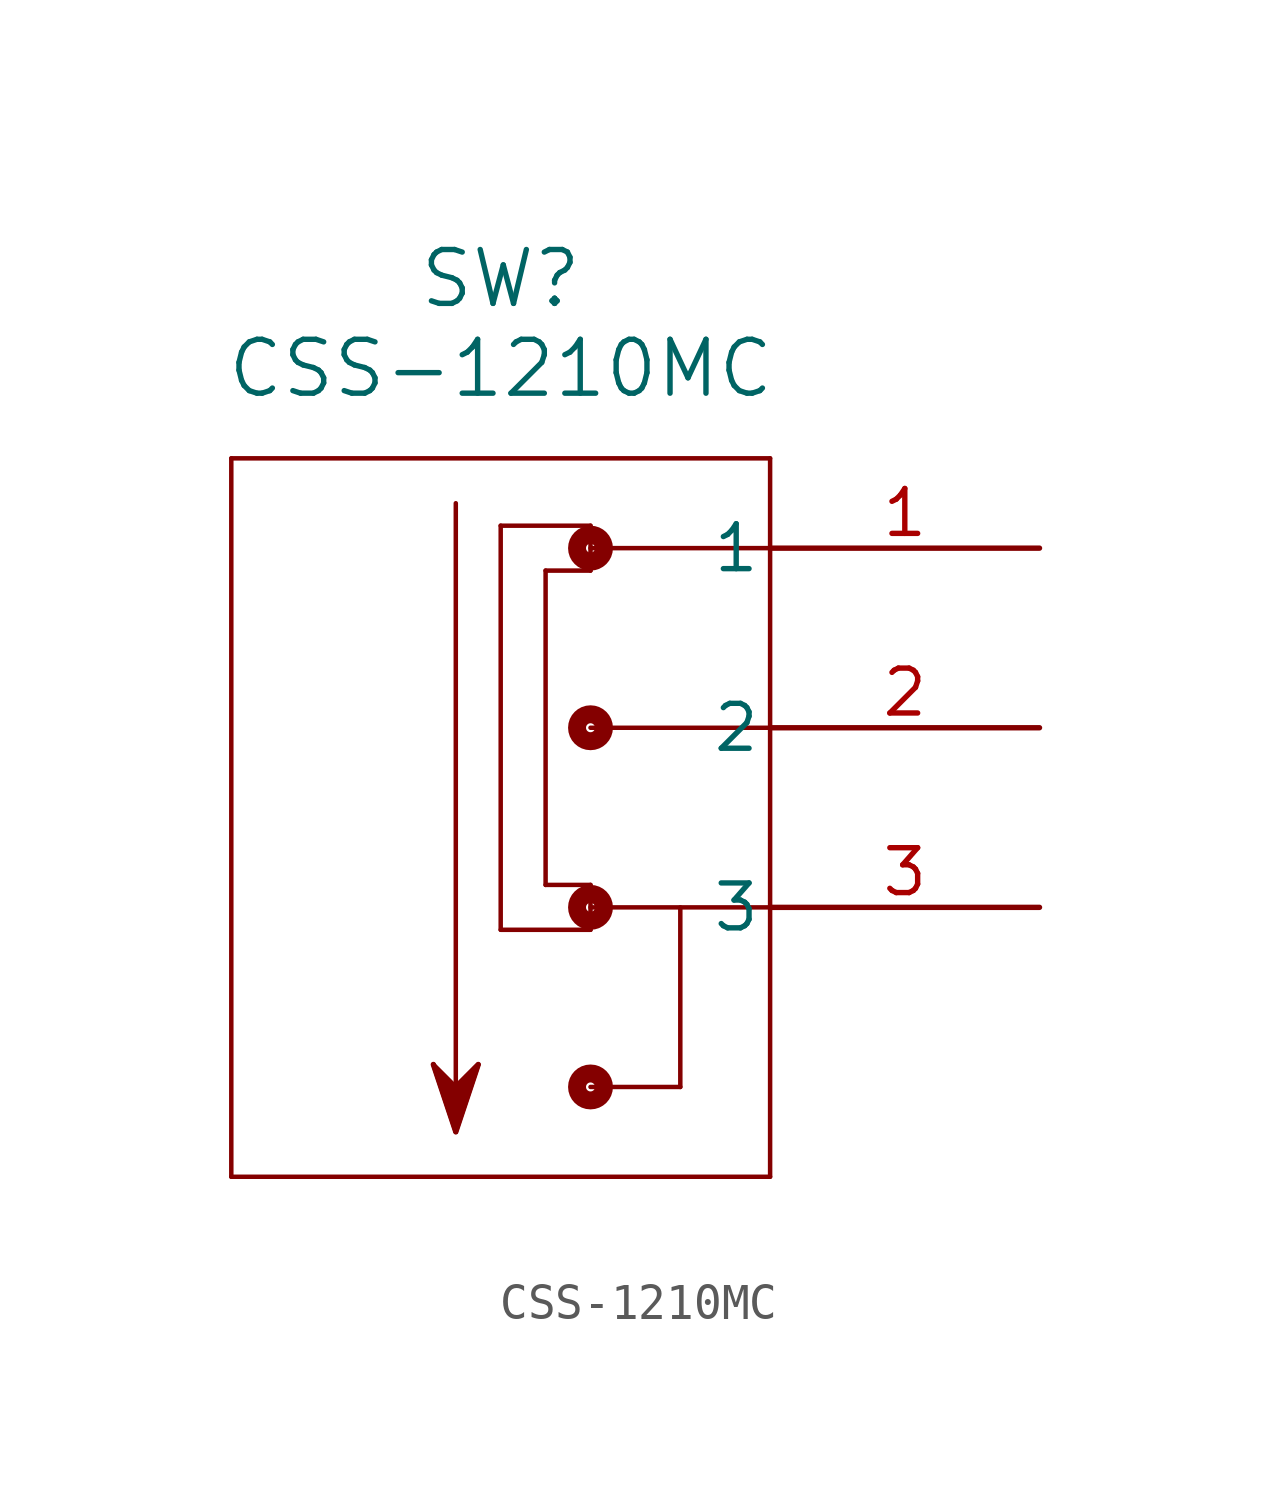
<source format=kicad_sym>
(kicad_symbol_lib
  (version 20211014)
  (generator kicad_symbol_editor)
  (symbol "CSS-1210MC"
    (pin_names
      (offset 0.254))
    (property "Reference" "SW"
      (at -20.32 10.16 0)
      (effects (font (size 1.524 1.524))))
    (property "Value" "CSS-1210MC"
      (at -20.32 7.62 0)
      (effects (font (size 1.524 1.524))))
    (symbol "CSS-1210MC_0_1"
      (polyline (pts (xy -27.94 5.08) (xy -27.94 -15.24)) (stroke (width 0.127) (type default) (color 0 0 0 0)) (fill (type none)))
      (polyline (pts (xy -27.94 -15.24) (xy -12.7 -15.24)) (stroke (width 0.127) (type default) (color 0 0 0 0)) (fill (type none)))
      (polyline (pts (xy -12.7 -15.24) (xy -12.7 5.08)) (stroke (width 0.127) (type default) (color 0 0 0 0)) (fill (type none)))
      (polyline (pts (xy -12.7 5.08) (xy -27.94 5.08)) (stroke (width 0.127) (type default) (color 0 0 0 0)) (fill (type none)))
      (polyline (pts (xy -12.7 2.54) (xy -17.78 2.54)) (stroke (width 0.127) (type default) (color 0 0 0 0)) (fill (type none)))
      (polyline (pts (xy -12.7 -2.54) (xy -17.78 -2.54)) (stroke (width 0.127) (type default) (color 0 0 0 0)) (fill (type none)))
      (polyline (pts (xy -12.7 -7.62) (xy -17.78 -7.62)) (stroke (width 0.127) (type default) (color 0 0 0 0)) (fill (type none)))
      (polyline (pts (xy -15.24 -12.7) (xy -17.78 -12.7)) (stroke (width 0.127) (type default) (color 0 0 0 0)) (fill (type none)))
      (circle (center -17.78 2.54) (radius 0.127) (stroke (width 0.508) (type default) (color 0 0 0 0)) (fill (type none)))
      (polyline (pts (xy -15.24 -7.62) (xy -15.24 -12.7)) (stroke (width 0.127) (type default) (color 0 0 0 0)) (fill (type none)))
      (circle (center -17.78 -2.54) (radius 0.127) (stroke (width 0.508) (type default) (color 0 0 0 0)) (fill (type none)))
      (circle (center -17.78 -7.62) (radius 0.127) (stroke (width 0.508) (type default) (color 0 0 0 0)) (fill (type none)))
      (polyline (pts (xy -17.78 1.905) (xy -17.78 3.175)) (stroke (width 0.127) (type default) (color 0 0 0 0)) (fill (type none)))
      (circle (center -17.78 -12.7) (radius 0.127) (stroke (width 0.508) (type default) (color 0 0 0 0)) (fill (type none)))
      (polyline (pts (xy -17.78 -6.985) (xy -17.78 -8.255)) (stroke (width 0.127) (type default) (color 0 0 0 0)) (fill (type none)))
      (polyline (pts (xy -17.78 -6.985) (xy -19.05 -6.985)) (stroke (width 0.127) (type default) (color 0 0 0 0)) (fill (type none)))
      (polyline (pts (xy -17.78 1.905) (xy -19.05 1.905)) (stroke (width 0.127) (type default) (color 0 0 0 0)) (fill (type none)))
      (polyline (pts (xy -19.05 1.905) (xy -19.05 -6.985)) (stroke (width 0.127) (type default) (color 0 0 0 0)) (fill (type none)))
      (polyline (pts (xy -17.78 -8.255) (xy -20.32 -8.255)) (stroke (width 0.127) (type default) (color 0 0 0 0)) (fill (type none)))
      (polyline (pts (xy -17.78 3.175) (xy -20.32 3.175)) (stroke (width 0.127) (type default) (color 0 0 0 0)) (fill (type none)))
      (polyline (pts (xy -20.32 3.175) (xy -20.32 -8.255)) (stroke (width 0.127) (type default) (color 0 0 0 0)) (fill (type none)))
      (polyline (pts (xy -21.59 3.81) (xy -21.59 -13.97)) (stroke (width 0.127) (type default) (color 0 0 0 0)) (fill (type none)))
      (polyline (pts (xy -21.59 -13.97) (xy -22.225 -12.065)) (stroke (width 0.127) (type default) (color 0 0 0 0)) (fill (type none)))
      (polyline (pts (xy -22.225 -12.065) (xy -21.59 -12.7)) (stroke (width 0.127) (type default) (color 0 0 0 0)) (fill (type none)))
      (polyline (pts (xy -21.59 -12.7) (xy -20.955 -12.065)) (stroke (width 0.127) (type default) (color 0 0 0 0)) (fill (type none)))
      (polyline (pts (xy -20.955 -12.065) (xy -21.59 -13.97)) (stroke (width 0.127) (type default) (color 0 0 0 0)) (fill (type none)))
      (polyline (pts (xy -22.225 -12.065) (xy -21.59 -13.97) (xy -20.955 -12.065) (xy -21.59 -12.7)) (stroke (width 0) (type default) (color 0 0 0 0)) (fill (type outline)))
      (pin unspecified line (at -5.08 2.54 180) (length 7.62) (name "1" (effects (font (size 1.27 1.27)))) (number "1" (effects (font (size 1.27 1.27)))))
      (pin unspecified line (at -5.08 -2.54 180) (length 7.62) (name "2" (effects (font (size 1.27 1.27)))) (number "2" (effects (font (size 1.27 1.27)))))
      (pin unspecified line (at -5.08 -7.62 180) (length 7.62) (name "3" (effects (font (size 1.27 1.27)))) (number "3" (effects (font (size 1.27 1.27))))))))
</source>
